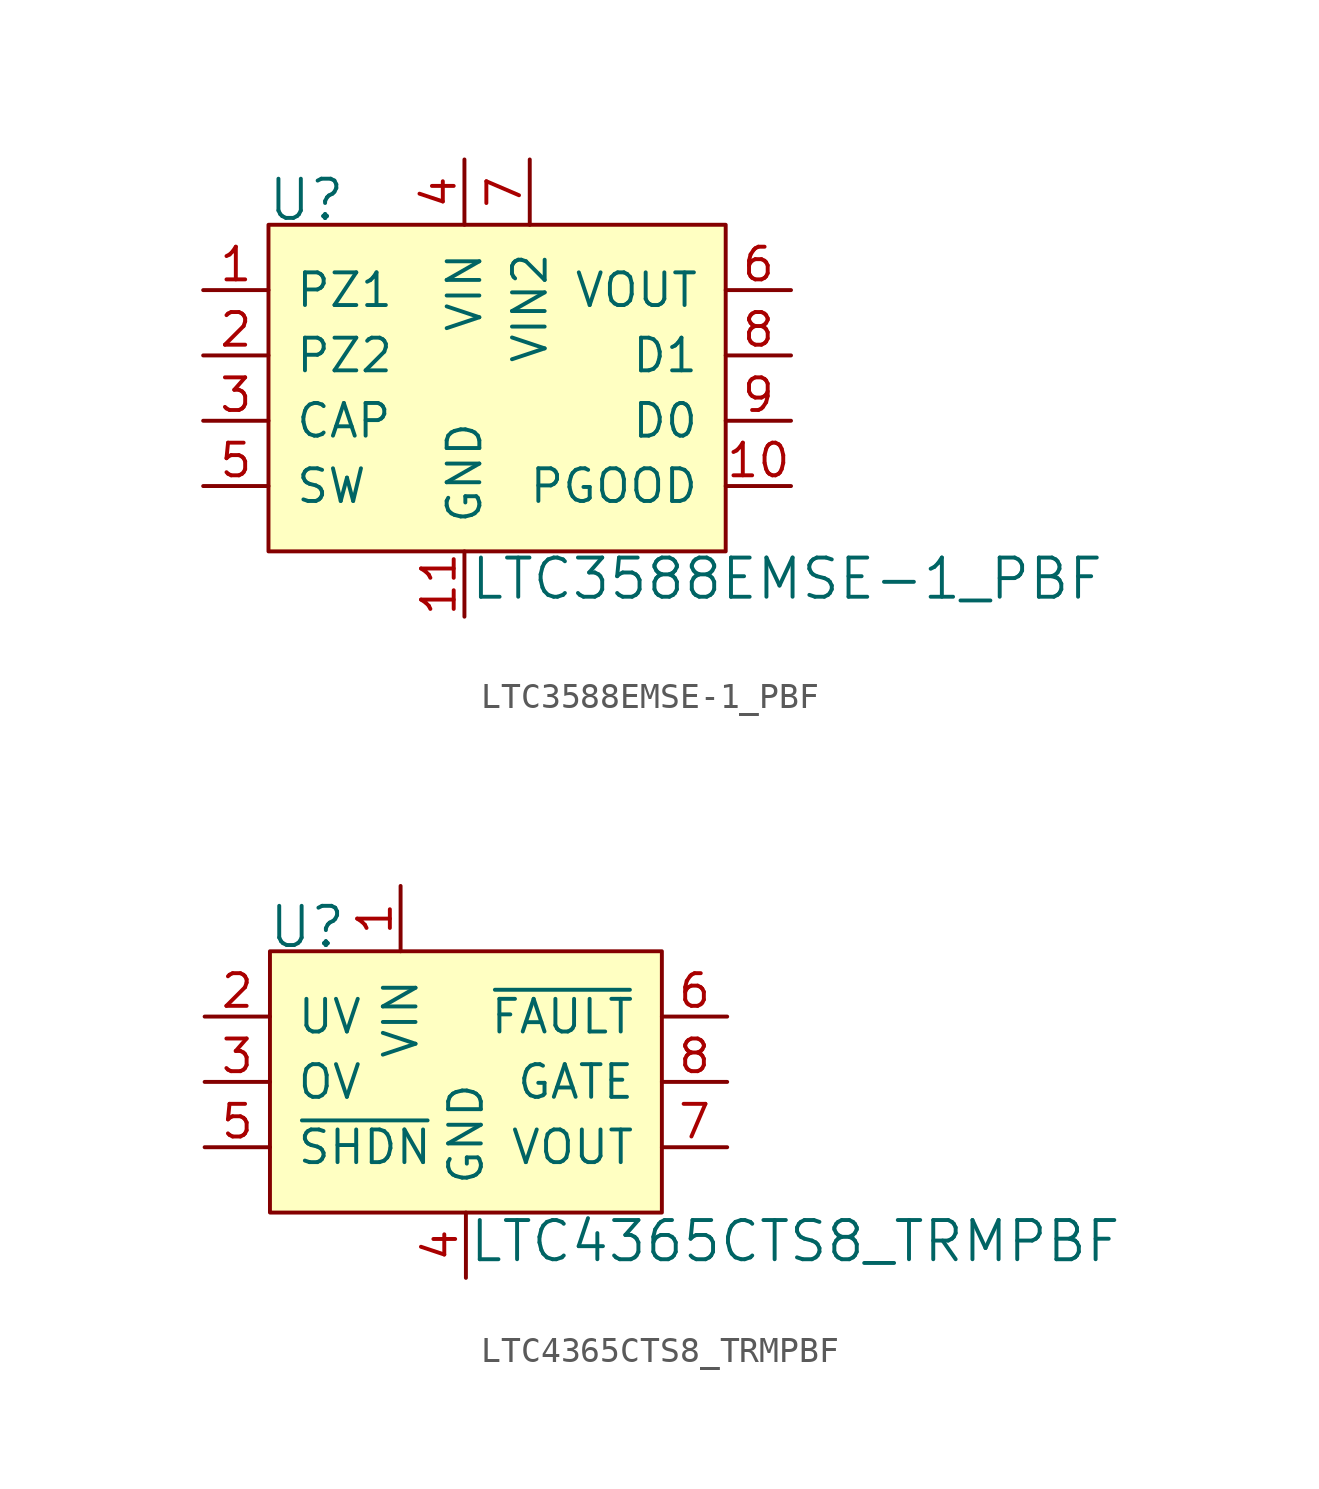
<source format=kicad_sym>
(kicad_symbol_lib
  (version 20220914)
  (generator kicad_symbol_editor)
  (symbol "LTC3588EMSE-1_PBF"
    (pin_names
      (offset 1.016))
    (property "Reference" "U"
      (at -7.696 6.045 0)
      (effects (font (size 1.524 1.524)) (justify left)))
    (property "Value" "LTC3588EMSE-1_PBF"
      (at 0.178 -8.687 0)
      (effects (font (size 1.524 1.524)) (justify left)))
    (symbol "LTC3588EMSE-1_PBF_0_1"
      (rectangle (start -7.62 5.08) (end 10.16 -7.62) (stroke (width 0) (type solid)) (fill (type background))))
    (symbol "LTC3588EMSE-1_PBF_1_1"
      (pin input line (at -10.16 2.54 0) (length 2.54) (name "PZ1" (effects (font (size 1.27 1.27)))) (number "1" (effects (font (size 1.27 1.27)))))
      (pin output line (at 12.7 -5.08 180) (length 2.54) (name "PGOOD" (effects (font (size 1.27 1.27)))) (number "10" (effects (font (size 1.27 1.27)))))
      (pin power_in line (at 0 -10.16 90) (length 2.54) (name "GND" (effects (font (size 1.27 1.27)))) (number "11" (effects (font (size 1.27 1.27)))))
      (pin input line (at -10.16 0 0) (length 2.54) (name "PZ2" (effects (font (size 1.27 1.27)))) (number "2" (effects (font (size 1.27 1.27)))))
      (pin input line (at -10.16 -2.54 0) (length 2.54) (name "CAP" (effects (font (size 1.27 1.27)))) (number "3" (effects (font (size 1.27 1.27)))))
      (pin power_in line (at 0 7.62 270) (length 2.54) (name "VIN" (effects (font (size 1.27 1.27)))) (number "4" (effects (font (size 1.27 1.27)))))
      (pin input line (at -10.16 -5.08 0) (length 2.54) (name "SW" (effects (font (size 1.27 1.27)))) (number "5" (effects (font (size 1.27 1.27)))))
      (pin power_out line (at 12.7 2.54 180) (length 2.54) (name "VOUT" (effects (font (size 1.27 1.27)))) (number "6" (effects (font (size 1.27 1.27)))))
      (pin power_in line (at 2.54 7.62 270) (length 2.54) (name "VIN2" (effects (font (size 1.27 1.27)))) (number "7" (effects (font (size 1.27 1.27)))))
      (pin output line (at 12.7 0 180) (length 2.54) (name "D1" (effects (font (size 1.27 1.27)))) (number "8" (effects (font (size 1.27 1.27)))))
      (pin output line (at 12.7 -2.54 180) (length 2.54) (name "D0" (effects (font (size 1.27 1.27)))) (number "9" (effects (font (size 1.27 1.27)))))))
  (symbol "LTC4365CTS8_TRMPBF"
    (pin_names
      (offset 1.016))
    (property "Reference" "U"
      (at -10.262 6.02 0)
      (effects (font (size 1.524 1.524)) (justify left)))
    (property "Value" "LTC4365CTS8_TRMPBF"
      (at -2.464 -6.198 0)
      (effects (font (size 1.524 1.524)) (justify left)))
    (symbol "LTC4365CTS8_TRMPBF_0_1"
      (rectangle (start -10.16 5.08) (end 5.08 -5.08) (stroke (width 0) (type solid)) (fill (type background))))
    (symbol "LTC4365CTS8_TRMPBF_1_1"
      (pin power_in line (at -5.08 7.62 270) (length 2.54) (name "VIN" (effects (font (size 1.27 1.27)))) (number "1" (effects (font (size 1.27 1.27)))))
      (pin input line (at -12.7 2.54 0) (length 2.54) (name "UV" (effects (font (size 1.27 1.27)))) (number "2" (effects (font (size 1.27 1.27)))))
      (pin input line (at -12.7 0 0) (length 2.54) (name "OV" (effects (font (size 1.27 1.27)))) (number "3" (effects (font (size 1.27 1.27)))))
      (pin power_in line (at -2.54 -7.62 90) (length 2.54) (name "GND" (effects (font (size 1.27 1.27)))) (number "4" (effects (font (size 1.27 1.27)))))
      (pin input line (at -12.7 -2.54 0) (length 2.54) (name "~{SHDN}" (effects (font (size 1.27 1.27)))) (number "5" (effects (font (size 1.27 1.27)))))
      (pin output line (at 7.62 2.54 180) (length 2.54) (name "~{FAULT}" (effects (font (size 1.27 1.27)))) (number "6" (effects (font (size 1.27 1.27)))))
      (pin power_out line (at 7.62 -2.54 180) (length 2.54) (name "VOUT" (effects (font (size 1.27 1.27)))) (number "7" (effects (font (size 1.27 1.27)))))
      (pin output line (at 7.62 0 180) (length 2.54) (name "GATE" (effects (font (size 1.27 1.27)))) (number "8" (effects (font (size 1.27 1.27))))))))
</source>
